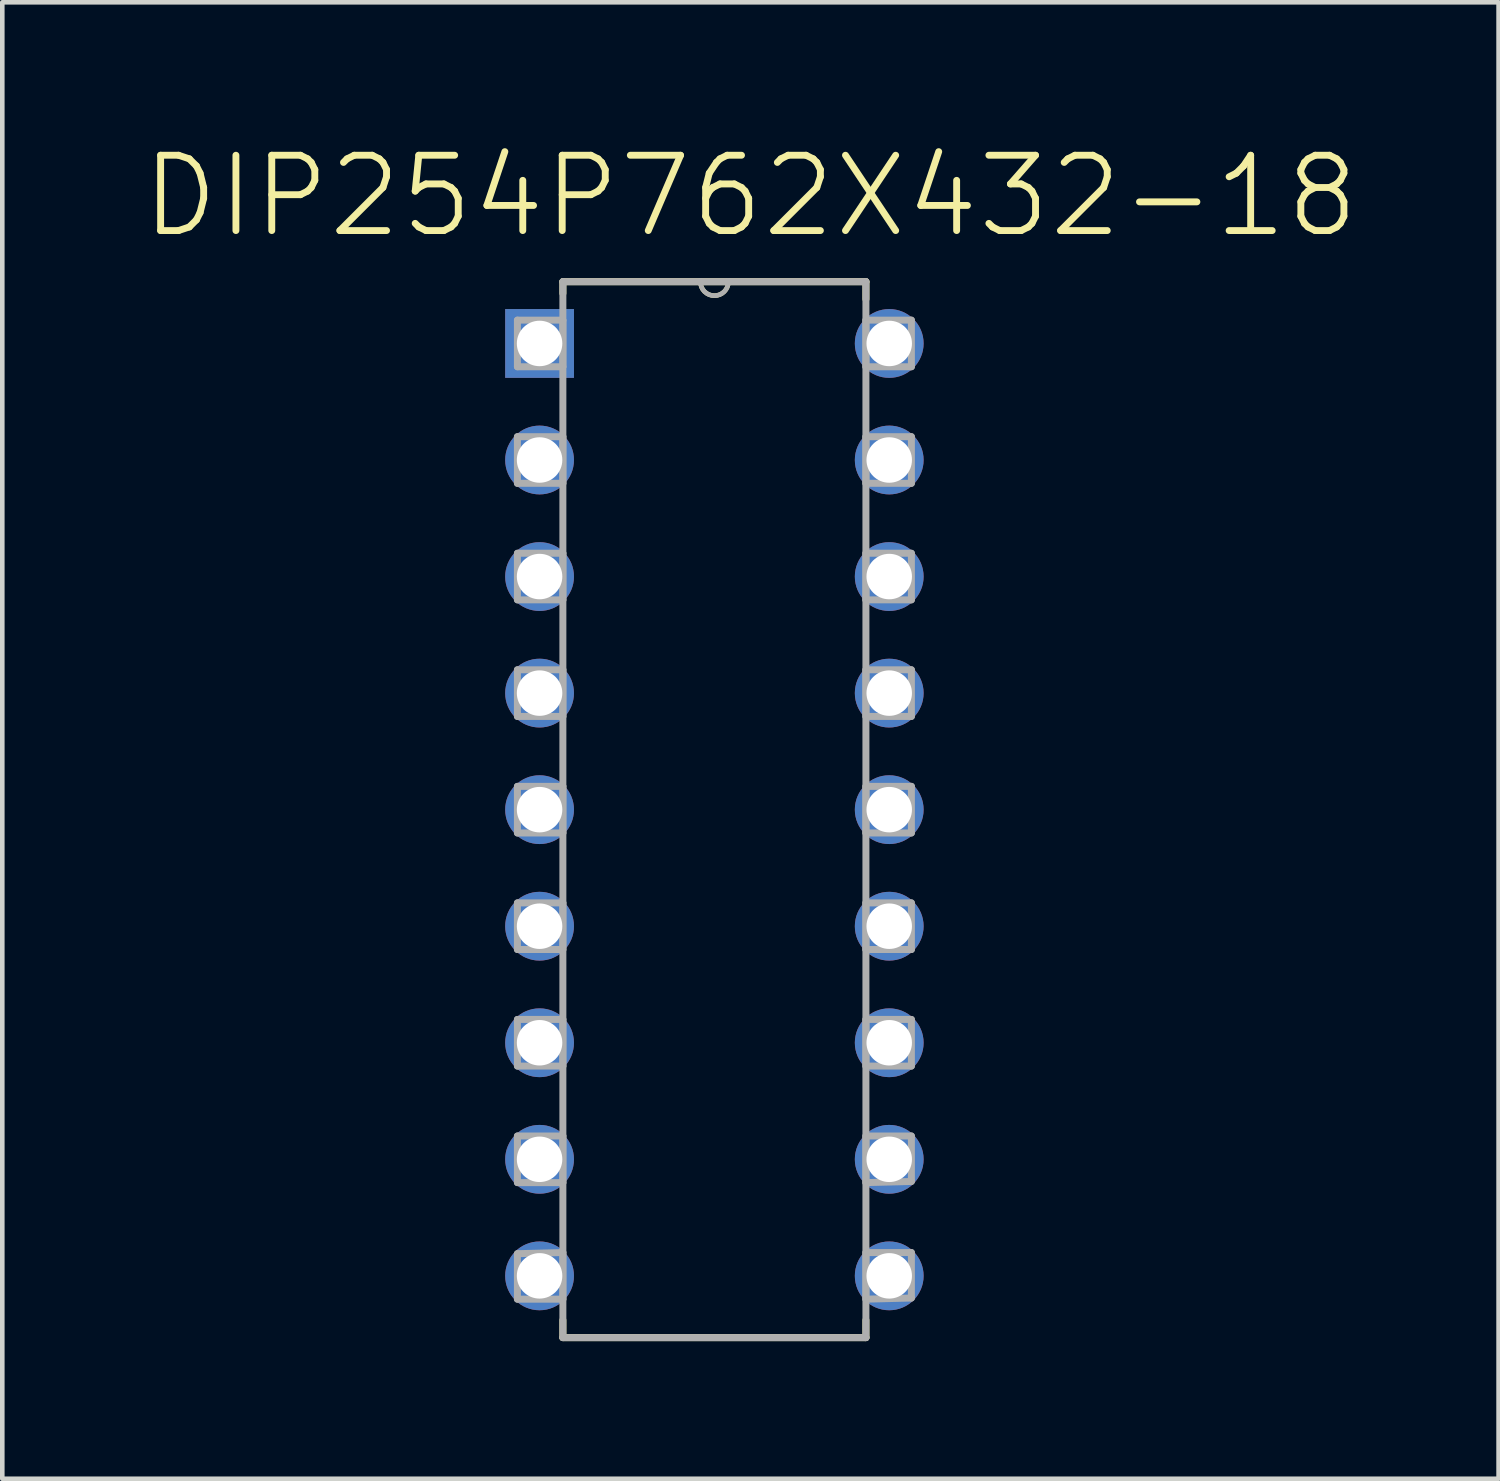
<source format=kicad_pcb>
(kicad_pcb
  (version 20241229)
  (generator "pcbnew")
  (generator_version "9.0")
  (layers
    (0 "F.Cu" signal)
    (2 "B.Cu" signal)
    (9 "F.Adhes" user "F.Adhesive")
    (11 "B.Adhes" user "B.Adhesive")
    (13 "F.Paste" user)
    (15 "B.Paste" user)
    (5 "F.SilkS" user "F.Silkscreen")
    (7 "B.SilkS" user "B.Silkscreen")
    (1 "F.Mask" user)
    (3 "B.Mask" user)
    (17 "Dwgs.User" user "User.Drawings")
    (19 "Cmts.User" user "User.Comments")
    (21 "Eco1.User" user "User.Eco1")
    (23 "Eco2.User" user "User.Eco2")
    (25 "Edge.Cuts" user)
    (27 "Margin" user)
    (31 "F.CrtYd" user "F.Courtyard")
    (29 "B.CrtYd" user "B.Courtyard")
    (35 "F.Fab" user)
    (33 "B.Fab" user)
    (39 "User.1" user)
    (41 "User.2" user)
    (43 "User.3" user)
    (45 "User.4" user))
  (footprint "DIP254P762X432-18"
    (layer "F.Cu")
    (at 16.329 24.755)
    (property "Reference" "DIP254P762X432-18" (at -3.024 -23.532 0) (layer "F.SilkS") (effects (font (size 1.641 1.641) (thickness 0.15))))
    (attr through_hole)
    (fp_line (start -7.112 -21.666) (end -7.112 -21.412) (stroke (width 0.152) (type solid)) (layer "F.SilkS"))
    (fp_line (start -7.112 0.965) (end -7.112 1.346) (stroke (width 0.152) (type solid)) (layer "F.SilkS"))
    (fp_line (start -7.112 1.346) (end -0.508 1.346) (stroke (width 0.152) (type solid)) (layer "F.SilkS"))
    (fp_line (start -4.115 -21.666) (end -7.112 -21.666) (stroke (width 0.152) (type solid)) (layer "F.SilkS"))
    (fp_line (start -3.505 -21.666) (end -4.115 -21.666) (stroke (width 0.152) (type solid)) (layer "F.SilkS"))
    (fp_line (start -0.508 -21.666) (end -3.505 -21.666) (stroke (width 0.152) (type solid)) (layer "F.SilkS"))
    (fp_line (start -0.508 -21.285) (end -0.508 -21.666) (stroke (width 0.152) (type solid)) (layer "F.SilkS"))
    (fp_line (start -0.508 1.346) (end -0.508 0.965) (stroke (width 0.152) (type solid)) (layer "F.SilkS"))
    (fp_arc (start -3.5052 -21.6662) (mid -3.81 -21.3614) (end -4.1148 -21.6662) (stroke (width 0.1) (type solid)) (layer "F.SilkS"))
    (fp_line (start -8.103 -20.828) (end -8.103 -19.812) (stroke (width 0.152) (type solid)) (layer "F.Fab"))
    (fp_line (start -8.103 -19.812) (end -7.112 -19.812) (stroke (width 0.152) (type solid)) (layer "F.Fab"))
    (fp_line (start -8.103 -18.288) (end -8.103 -17.272) (stroke (width 0.152) (type solid)) (layer "F.Fab"))
    (fp_line (start -8.103 -17.272) (end -7.112 -17.272) (stroke (width 0.152) (type solid)) (layer "F.Fab"))
    (fp_line (start -8.103 -15.748) (end -8.103 -14.732) (stroke (width 0.152) (type solid)) (layer "F.Fab"))
    (fp_line (start -8.103 -14.732) (end -7.112 -14.732) (stroke (width 0.152) (type solid)) (layer "F.Fab"))
    (fp_line (start -8.103 -13.208) (end -8.103 -12.192) (stroke (width 0.152) (type solid)) (layer "F.Fab"))
    (fp_line (start -8.103 -12.192) (end -7.112 -12.192) (stroke (width 0.152) (type solid)) (layer "F.Fab"))
    (fp_line (start -8.103 -10.668) (end -8.103 -9.652) (stroke (width 0.152) (type solid)) (layer "F.Fab"))
    (fp_line (start -8.103 -9.652) (end -7.112 -9.652) (stroke (width 0.152) (type solid)) (layer "F.Fab"))
    (fp_line (start -8.103 -8.128) (end -8.103 -7.112) (stroke (width 0.152) (type solid)) (layer "F.Fab"))
    (fp_line (start -8.103 -7.112) (end -7.112 -7.112) (stroke (width 0.152) (type solid)) (layer "F.Fab"))
    (fp_line (start -8.103 -5.588) (end -8.103 -4.572) (stroke (width 0.152) (type solid)) (layer "F.Fab"))
    (fp_line (start -8.103 -4.572) (end -7.112 -4.572) (stroke (width 0.152) (type solid)) (layer "F.Fab"))
    (fp_line (start -8.103 -3.048) (end -8.103 -2.032) (stroke (width 0.152) (type solid)) (layer "F.Fab"))
    (fp_line (start -8.103 -2.032) (end -7.112 -2.032) (stroke (width 0.152) (type solid)) (layer "F.Fab"))
    (fp_line (start -8.103 -0.483) (end -8.103 0.508) (stroke (width 0.152) (type solid)) (layer "F.Fab"))
    (fp_line (start -8.103 0.508) (end -7.112 0.508) (stroke (width 0.152) (type solid)) (layer "F.Fab"))
    (fp_line (start -7.112 -21.666) (end -7.112 1.346) (stroke (width 0.152) (type solid)) (layer "F.Fab"))
    (fp_line (start -7.112 -20.828) (end -8.103 -20.828) (stroke (width 0.152) (type solid)) (layer "F.Fab"))
    (fp_line (start -7.112 -19.812) (end -7.112 -20.828) (stroke (width 0.152) (type solid)) (layer "F.Fab"))
    (fp_line (start -7.112 -18.288) (end -8.103 -18.288) (stroke (width 0.152) (type solid)) (layer "F.Fab"))
    (fp_line (start -7.112 -17.272) (end -7.112 -18.288) (stroke (width 0.152) (type solid)) (layer "F.Fab"))
    (fp_line (start -7.112 -15.748) (end -8.103 -15.748) (stroke (width 0.152) (type solid)) (layer "F.Fab"))
    (fp_line (start -7.112 -14.732) (end -7.112 -15.748) (stroke (width 0.152) (type solid)) (layer "F.Fab"))
    (fp_line (start -7.112 -13.208) (end -8.103 -13.208) (stroke (width 0.152) (type solid)) (layer "F.Fab"))
    (fp_line (start -7.112 -12.192) (end -7.112 -13.208) (stroke (width 0.152) (type solid)) (layer "F.Fab"))
    (fp_line (start -7.112 -10.668) (end -8.103 -10.668) (stroke (width 0.152) (type solid)) (layer "F.Fab"))
    (fp_line (start -7.112 -9.652) (end -7.112 -10.668) (stroke (width 0.152) (type solid)) (layer "F.Fab"))
    (fp_line (start -7.112 -8.128) (end -8.103 -8.128) (stroke (width 0.152) (type solid)) (layer "F.Fab"))
    (fp_line (start -7.112 -7.112) (end -7.112 -8.128) (stroke (width 0.152) (type solid)) (layer "F.Fab"))
    (fp_line (start -7.112 -5.588) (end -8.103 -5.588) (stroke (width 0.152) (type solid)) (layer "F.Fab"))
    (fp_line (start -7.112 -4.572) (end -7.112 -5.588) (stroke (width 0.152) (type solid)) (layer "F.Fab"))
    (fp_line (start -7.112 -3.048) (end -8.103 -3.048) (stroke (width 0.152) (type solid)) (layer "F.Fab"))
    (fp_line (start -7.112 -2.032) (end -7.112 -3.048) (stroke (width 0.152) (type solid)) (layer "F.Fab"))
    (fp_line (start -7.112 -0.508) (end -8.103 -0.483) (stroke (width 0.152) (type solid)) (layer "F.Fab"))
    (fp_line (start -7.112 0.508) (end -7.112 -0.508) (stroke (width 0.152) (type solid)) (layer "F.Fab"))
    (fp_line (start -7.112 1.346) (end -0.508 1.346) (stroke (width 0.152) (type solid)) (layer "F.Fab"))
    (fp_line (start -4.115 -21.666) (end -7.112 -21.666) (stroke (width 0.152) (type solid)) (layer "F.Fab"))
    (fp_line (start -3.505 -21.666) (end -4.115 -21.666) (stroke (width 0.152) (type solid)) (layer "F.Fab"))
    (fp_line (start -0.508 -21.666) (end -3.505 -21.666) (stroke (width 0.152) (type solid)) (layer "F.Fab"))
    (fp_line (start -0.508 -20.828) (end -0.508 -19.812) (stroke (width 0.152) (type solid)) (layer "F.Fab"))
    (fp_line (start -0.508 -19.812) (end 0.483 -19.812) (stroke (width 0.152) (type solid)) (layer "F.Fab"))
    (fp_line (start -0.508 -18.288) (end -0.508 -17.272) (stroke (width 0.152) (type solid)) (layer "F.Fab"))
    (fp_line (start -0.508 -17.272) (end 0.483 -17.272) (stroke (width 0.152) (type solid)) (layer "F.Fab"))
    (fp_line (start -0.508 -15.748) (end -0.508 -14.732) (stroke (width 0.152) (type solid)) (layer "F.Fab"))
    (fp_line (start -0.508 -14.732) (end 0.483 -14.732) (stroke (width 0.152) (type solid)) (layer "F.Fab"))
    (fp_line (start -0.508 -13.208) (end -0.508 -12.192) (stroke (width 0.152) (type solid)) (layer "F.Fab"))
    (fp_line (start -0.508 -12.192) (end 0.483 -12.192) (stroke (width 0.152) (type solid)) (layer "F.Fab"))
    (fp_line (start -0.508 -10.668) (end -0.508 -9.652) (stroke (width 0.152) (type solid)) (layer "F.Fab"))
    (fp_line (start -0.508 -9.652) (end 0.483 -9.652) (stroke (width 0.152) (type solid)) (layer "F.Fab"))
    (fp_line (start -0.508 -8.128) (end -0.508 -7.112) (stroke (width 0.152) (type solid)) (layer "F.Fab"))
    (fp_line (start -0.508 -7.112) (end 0.483 -7.112) (stroke (width 0.152) (type solid)) (layer "F.Fab"))
    (fp_line (start -0.508 -5.588) (end -0.508 -4.572) (stroke (width 0.152) (type solid)) (layer "F.Fab"))
    (fp_line (start -0.508 -4.572) (end 0.483 -4.572) (stroke (width 0.152) (type solid)) (layer "F.Fab"))
    (fp_line (start -0.508 -3.048) (end -0.508 -2.032) (stroke (width 0.152) (type solid)) (layer "F.Fab"))
    (fp_line (start -0.508 -2.032) (end 0.483 -2.057) (stroke (width 0.152) (type solid)) (layer "F.Fab"))
    (fp_line (start -0.508 -0.508) (end -0.508 0.508) (stroke (width 0.152) (type solid)) (layer "F.Fab"))
    (fp_line (start -0.508 0.508) (end 0.483 0.483) (stroke (width 0.152) (type solid)) (layer "F.Fab"))
    (fp_line (start -0.508 1.346) (end -0.508 -21.666) (stroke (width 0.152) (type solid)) (layer "F.Fab"))
    (fp_line (start 0.483 -20.828) (end -0.508 -20.828) (stroke (width 0.152) (type solid)) (layer "F.Fab"))
    (fp_line (start 0.483 -19.812) (end 0.483 -20.828) (stroke (width 0.152) (type solid)) (layer "F.Fab"))
    (fp_line (start 0.483 -18.288) (end -0.508 -18.288) (stroke (width 0.152) (type solid)) (layer "F.Fab"))
    (fp_line (start 0.483 -17.272) (end 0.483 -18.288) (stroke (width 0.152) (type solid)) (layer "F.Fab"))
    (fp_line (start 0.483 -15.748) (end -0.508 -15.748) (stroke (width 0.152) (type solid)) (layer "F.Fab"))
    (fp_line (start 0.483 -14.732) (end 0.483 -15.748) (stroke (width 0.152) (type solid)) (layer "F.Fab"))
    (fp_line (start 0.483 -13.208) (end -0.508 -13.208) (stroke (width 0.152) (type solid)) (layer "F.Fab"))
    (fp_line (start 0.483 -12.192) (end 0.483 -13.208) (stroke (width 0.152) (type solid)) (layer "F.Fab"))
    (fp_line (start 0.483 -10.668) (end -0.508 -10.668) (stroke (width 0.152) (type solid)) (layer "F.Fab"))
    (fp_line (start 0.483 -9.652) (end 0.483 -10.668) (stroke (width 0.152) (type solid)) (layer "F.Fab"))
    (fp_line (start 0.483 -8.128) (end -0.508 -8.128) (stroke (width 0.152) (type solid)) (layer "F.Fab"))
    (fp_line (start 0.483 -7.112) (end 0.483 -8.128) (stroke (width 0.152) (type solid)) (layer "F.Fab"))
    (fp_line (start 0.483 -5.588) (end -0.508 -5.588) (stroke (width 0.152) (type solid)) (layer "F.Fab"))
    (fp_line (start 0.483 -4.572) (end 0.483 -5.588) (stroke (width 0.152) (type solid)) (layer "F.Fab"))
    (fp_line (start 0.483 -3.048) (end -0.508 -3.048) (stroke (width 0.152) (type solid)) (layer "F.Fab"))
    (fp_line (start 0.483 -2.057) (end 0.483 -3.048) (stroke (width 0.152) (type solid)) (layer "F.Fab"))
    (fp_line (start 0.483 -0.508) (end -0.508 -0.508) (stroke (width 0.152) (type solid)) (layer "F.Fab"))
    (fp_line (start 0.483 0.483) (end 0.483 -0.508) (stroke (width 0.152) (type solid)) (layer "F.Fab"))
    (fp_arc (start -3.5052 -21.6662) (mid -3.81 -21.3614) (end -4.1148 -21.6662) (stroke (width 0.1) (type solid)) (layer "F.Fab"))
    (pad "1" thru_hole rect (at -7.62 -20.32) (size 1.499 1.499) (drill 0.991) (layers "*.Cu" "*.Mask"))
    (pad "2" thru_hole circle (at -7.62 -17.78) (size 1.499 1.499) (drill 0.991) (layers "*.Cu" "*.Mask"))
    (pad "3" thru_hole circle (at -7.62 -15.24) (size 1.499 1.499) (drill 0.991) (layers "*.Cu" "*.Mask"))
    (pad "4" thru_hole circle (at -7.62 -12.7) (size 1.499 1.499) (drill 0.991) (layers "*.Cu" "*.Mask"))
    (pad "5" thru_hole circle (at -7.62 -10.16) (size 1.499 1.499) (drill 0.991) (layers "*.Cu" "*.Mask"))
    (pad "6" thru_hole circle (at -7.62 -7.62) (size 1.499 1.499) (drill 0.991) (layers "*.Cu" "*.Mask"))
    (pad "7" thru_hole circle (at -7.62 -5.08) (size 1.499 1.499) (drill 0.991) (layers "*.Cu" "*.Mask"))
    (pad "8" thru_hole circle (at -7.62 -2.54) (size 1.499 1.499) (drill 0.991) (layers "*.Cu" "*.Mask"))
    (pad "9" thru_hole circle (at -7.62 0) (size 1.499 1.499) (drill 0.991) (layers "*.Cu" "*.Mask"))
    (pad "10" thru_hole circle (at 0 0) (size 1.499 1.499) (drill 0.991) (layers "*.Cu" "*.Mask"))
    (pad "11" thru_hole circle (at 0 -2.54) (size 1.499 1.499) (drill 0.991) (layers "*.Cu" "*.Mask"))
    (pad "12" thru_hole circle (at 0 -5.08) (size 1.499 1.499) (drill 0.991) (layers "*.Cu" "*.Mask"))
    (pad "13" thru_hole circle (at 0 -7.62) (size 1.499 1.499) (drill 0.991) (layers "*.Cu" "*.Mask"))
    (pad "14" thru_hole circle (at 0 -10.16) (size 1.499 1.499) (drill 0.991) (layers "*.Cu" "*.Mask"))
    (pad "15" thru_hole circle (at 0 -12.7) (size 1.499 1.499) (drill 0.991) (layers "*.Cu" "*.Mask"))
    (pad "16" thru_hole circle (at 0 -15.24) (size 1.499 1.499) (drill 0.991) (layers "*.Cu" "*.Mask"))
    (pad "17" thru_hole circle (at 0 -17.78) (size 1.499 1.499) (drill 0.991) (layers "*.Cu" "*.Mask"))
    (pad "18" thru_hole circle (at 0 -20.32) (size 1.499 1.499) (drill 0.991) (layers "*.Cu" "*.Mask")))
  (gr_rect
    (start -3 -3)
    (end 29.609 29.177)
    (stroke (width 0.1) (type default))
    (fill no)
    (layer "Edge.Cuts")))
</source>
